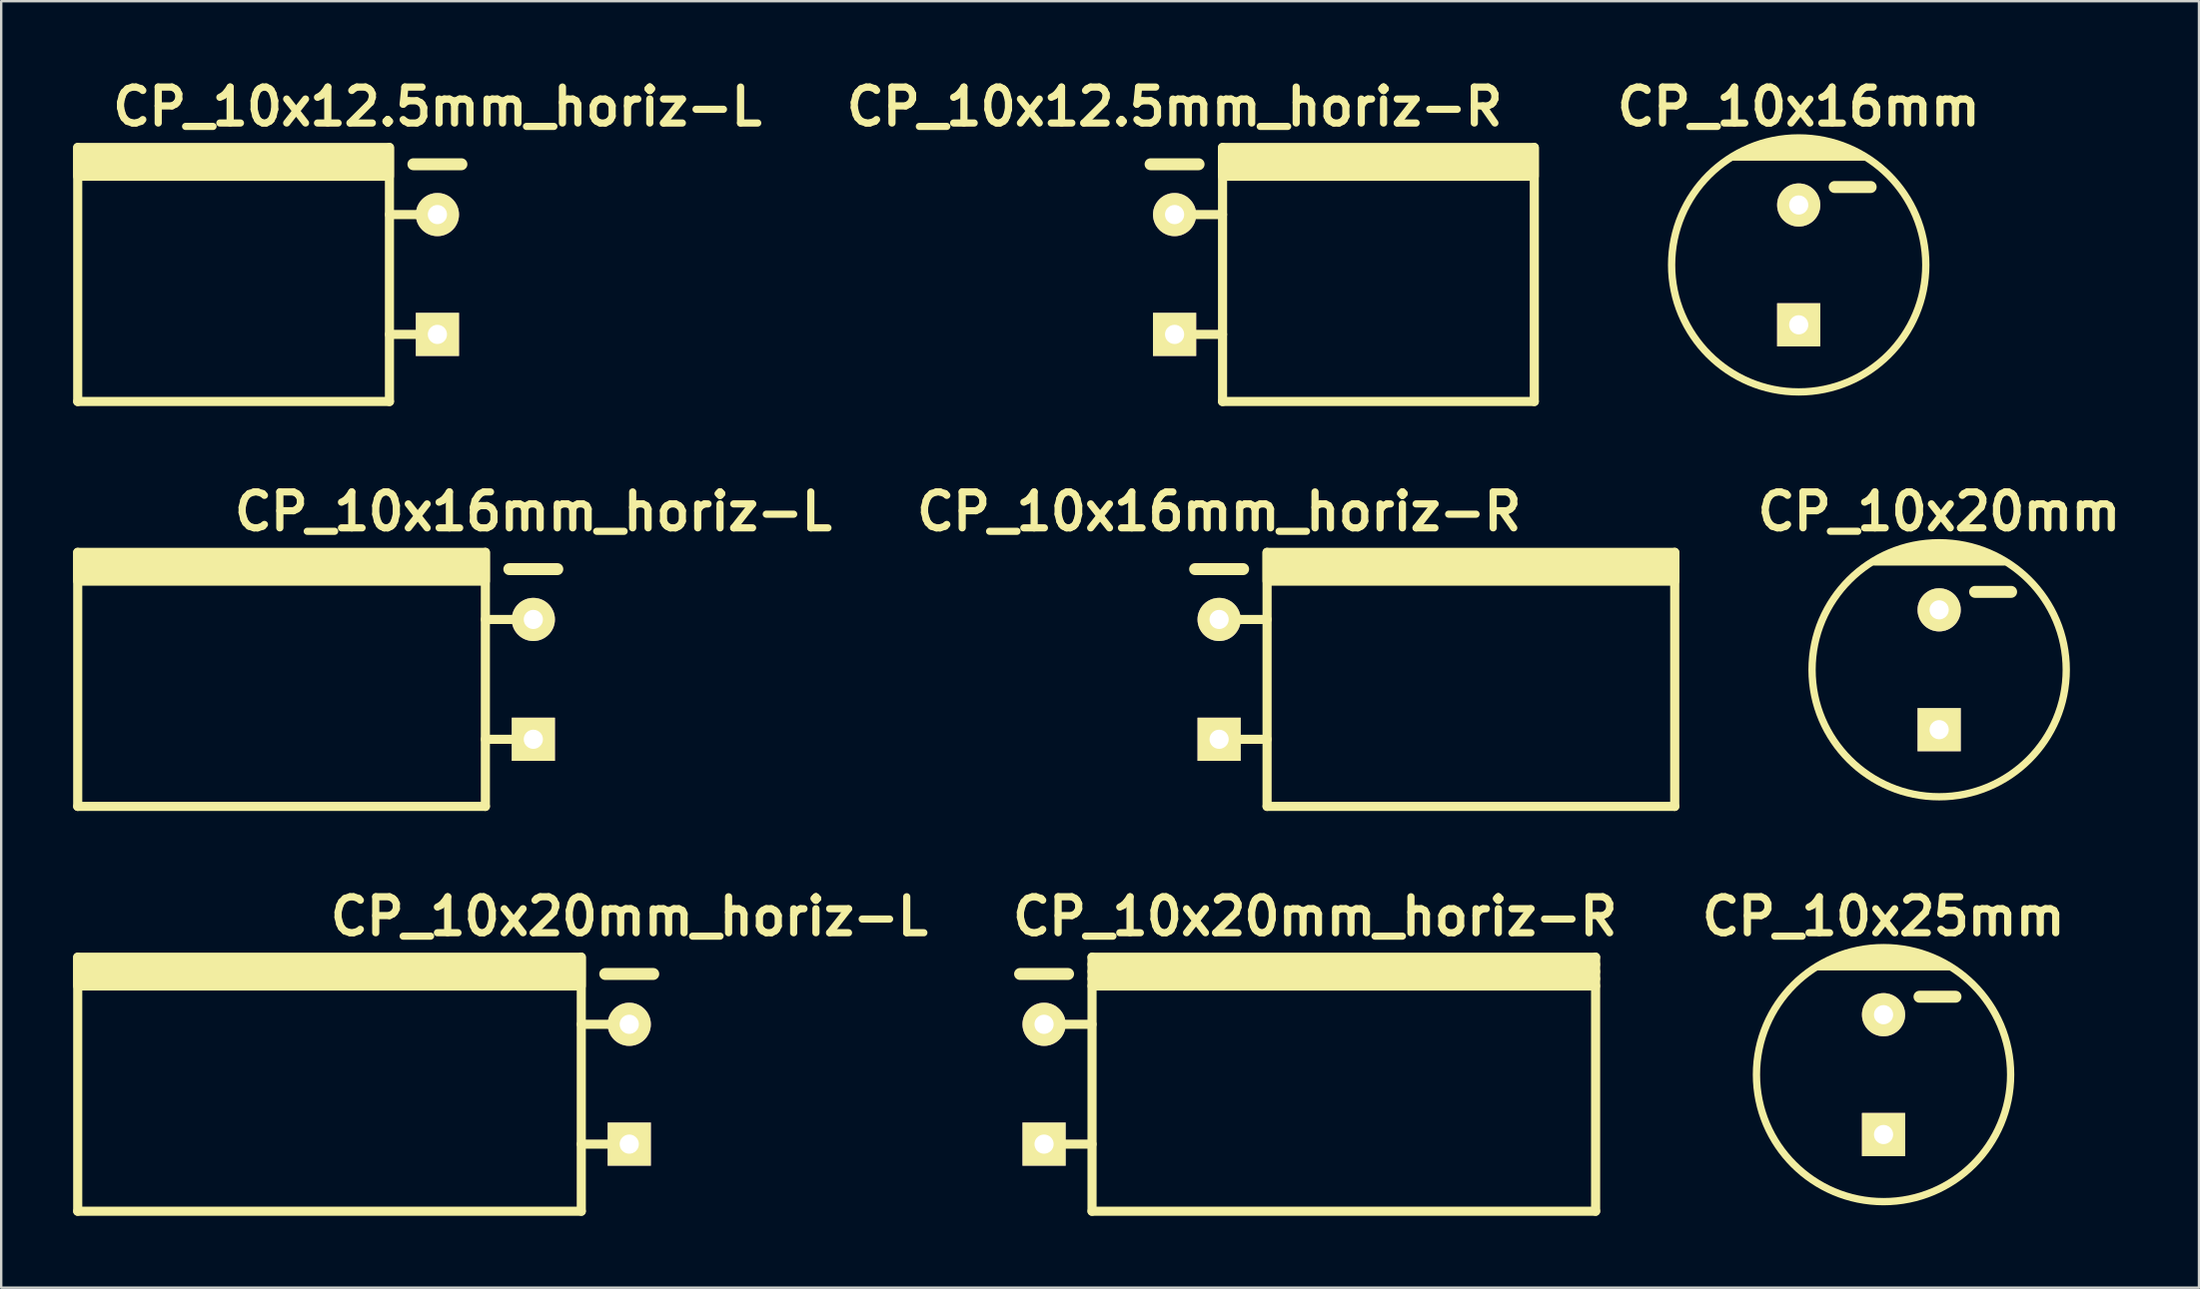
<source format=kicad_pcb>
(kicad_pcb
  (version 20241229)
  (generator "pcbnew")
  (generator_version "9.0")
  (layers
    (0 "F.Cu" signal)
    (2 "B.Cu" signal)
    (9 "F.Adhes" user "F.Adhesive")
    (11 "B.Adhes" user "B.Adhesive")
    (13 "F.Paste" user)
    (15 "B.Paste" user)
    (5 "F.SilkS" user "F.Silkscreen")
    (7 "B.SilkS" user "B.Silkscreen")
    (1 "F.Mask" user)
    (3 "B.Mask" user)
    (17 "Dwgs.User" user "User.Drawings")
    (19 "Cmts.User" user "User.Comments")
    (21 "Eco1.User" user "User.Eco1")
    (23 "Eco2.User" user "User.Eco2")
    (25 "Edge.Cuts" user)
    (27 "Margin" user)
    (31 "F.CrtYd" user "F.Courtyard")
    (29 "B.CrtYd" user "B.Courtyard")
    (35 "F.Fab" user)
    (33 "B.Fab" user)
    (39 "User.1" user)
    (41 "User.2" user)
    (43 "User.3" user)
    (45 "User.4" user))
  (footprint "CP_10x20mm"
    (layer "F.Cu")
    (at 77.817 24.898)
    (property "Reference" "CP_10x20mm" (at 0 -6.6 0) (layer "F.SilkS") (effects (font (size 1.5 1.5) (thickness 0.3))))
    (attr through_hole)
    (fp_line (start -2.7 -4.5) (end 2.7 -4.5) (stroke (width 0.305) (type solid)) (layer "F.SilkS"))
    (fp_line (start -1.3 -5.1) (end 1.3 -5.1) (stroke (width 0.305) (type solid)) (layer "F.SilkS"))
    (fp_line (start 1.5 -3.25) (end 3 -3.25) (stroke (width 0.5) (type solid)) (layer "F.SilkS"))
    (fp_line (start 1.9 -4.9) (end -1.9 -4.9) (stroke (width 0.305) (type solid)) (layer "F.SilkS"))
    (fp_line (start 2.3 -4.7) (end -2.3 -4.7) (stroke (width 0.305) (type solid)) (layer "F.SilkS"))
    (fp_circle (center 0 0) (end -5.3 0) (stroke (width 0.305) (type solid)) (fill no) (layer "F.SilkS"))
    (pad "1" thru_hole rect (at 0 2.5) (size 1.8 1.8) (drill 0.8) (layers "*.Cu" "*.Mask" "F.SilkS"))
    (pad "2" thru_hole circle (at 0 -2.5) (size 1.8 1.8) (drill 0.8) (layers "*.Cu" "*.Mask" "F.SilkS")))
  (footprint "CP_10x12.5mm_horiz-R"
    (layer "F.Cu")
    (at 45.933 8.404)
    (property "Reference" "CP_10x12.5mm_horiz-R" (at 0 -7 0) (layer "F.SilkS") (effects (font (size 1.5 1.5) (thickness 0.3))))
    (attr through_hole)
    (fp_line (start -1 -4.6) (end 1 -4.6) (stroke (width 0.5) (type solid)) (layer "F.SilkS"))
    (fp_line (start 0 -2.5) (end 2 -2.5) (stroke (width 0.381) (type solid)) (layer "F.SilkS"))
    (fp_line (start 0 2.5) (end 2 2.5) (stroke (width 0.381) (type solid)) (layer "F.SilkS"))
    (fp_line (start 2 5.3) (end 2 -5.3) (stroke (width 0.381) (type solid)) (layer "F.SilkS"))
    (fp_line (start 15 -5.3) (end 15 5.3) (stroke (width 0.381) (type solid)) (layer "F.SilkS"))
    (fp_line (start 15 5.3) (end 2 5.3) (stroke (width 0.381) (type solid)) (layer "F.SilkS"))
    (fp_poly (pts (xy 15 -4.1) (xy 2 -4.1) (xy 2 -5.3) (xy 15 -5.3)) (stroke (width 0.381) (type solid)) (fill yes) (layer "F.SilkS"))
    (pad "1" thru_hole rect (at 0 2.5) (size 1.8 1.8) (drill 0.8) (layers "*.Cu" "*.Mask" "F.SilkS"))
    (pad "2" thru_hole circle (at 0 -2.5) (size 1.8 1.8) (drill 0.8) (layers "*.Cu" "*.Mask" "F.SilkS")))
  (footprint "CP_10x16mm_horiz-R"
    (layer "F.Cu")
    (at 47.79 25.299)
    (property "Reference" "CP_10x16mm_horiz-R" (at 0 -7 0) (layer "F.SilkS") (effects (font (size 1.5 1.5) (thickness 0.3))))
    (attr through_hole)
    (fp_line (start -1 -4.6) (end 1 -4.6) (stroke (width 0.5) (type solid)) (layer "F.SilkS"))
    (fp_line (start 0 -2.5) (end 2 -2.5) (stroke (width 0.381) (type solid)) (layer "F.SilkS"))
    (fp_line (start 0 2.5) (end 2 2.5) (stroke (width 0.381) (type solid)) (layer "F.SilkS"))
    (fp_line (start 2 5.3) (end 2 -5.3) (stroke (width 0.381) (type solid)) (layer "F.SilkS"))
    (fp_line (start 19 -5.3) (end 19 5.3) (stroke (width 0.381) (type solid)) (layer "F.SilkS"))
    (fp_line (start 19 5.3) (end 2 5.3) (stroke (width 0.381) (type solid)) (layer "F.SilkS"))
    (fp_poly (pts (xy 19 -4.1) (xy 2 -4.1) (xy 2 -5.3) (xy 19 -5.3)) (stroke (width 0.381) (type solid)) (fill yes) (layer "F.SilkS"))
    (pad "1" thru_hole rect (at 0 2.5) (size 1.8 1.8) (drill 0.8) (layers "*.Cu" "*.Mask" "F.SilkS"))
    (pad "2" thru_hole circle (at 0 -2.5) (size 1.8 1.8) (drill 0.8) (layers "*.Cu" "*.Mask" "F.SilkS")))
  (footprint "CP_10x25mm"
    (layer "F.Cu")
    (at 75.498 41.793)
    (property "Reference" "CP_10x25mm" (at 0 -6.6 0) (layer "F.SilkS") (effects (font (size 1.5 1.5) (thickness 0.3))))
    (attr through_hole)
    (fp_line (start -2.7 -4.5) (end 2.7 -4.5) (stroke (width 0.305) (type solid)) (layer "F.SilkS"))
    (fp_line (start -1.3 -5.1) (end 1.3 -5.1) (stroke (width 0.305) (type solid)) (layer "F.SilkS"))
    (fp_line (start 1.5 -3.25) (end 3 -3.25) (stroke (width 0.5) (type solid)) (layer "F.SilkS"))
    (fp_line (start 1.9 -4.9) (end -1.9 -4.9) (stroke (width 0.305) (type solid)) (layer "F.SilkS"))
    (fp_line (start 2.3 -4.7) (end -2.3 -4.7) (stroke (width 0.305) (type solid)) (layer "F.SilkS"))
    (fp_circle (center 0 0) (end -5.3 0) (stroke (width 0.305) (type solid)) (fill no) (layer "F.SilkS"))
    (pad "1" thru_hole rect (at 0 2.5) (size 1.8 1.8) (drill 0.8) (layers "*.Cu" "*.Mask" "F.SilkS"))
    (pad "2" thru_hole circle (at 0 -2.5) (size 1.8 1.8) (drill 0.8) (layers "*.Cu" "*.Mask" "F.SilkS")))
  (footprint "CP_10x20mm_horiz-L"
    (layer "F.Cu")
    (at 23.191 42.193)
    (property "Reference" "CP_10x20mm_horiz-L" (at 0 -7 0) (layer "F.SilkS") (effects (font (size 1.5 1.5) (thickness 0.3))))
    (attr through_hole)
    (fp_line (start -23 5.3) (end -23 -5.3) (stroke (width 0.381) (type solid)) (layer "F.SilkS"))
    (fp_line (start -2 -5.3) (end -2 5.3) (stroke (width 0.381) (type solid)) (layer "F.SilkS"))
    (fp_line (start -2 -2.5) (end 0 -2.5) (stroke (width 0.381) (type solid)) (layer "F.SilkS"))
    (fp_line (start -2 2.5) (end 0 2.5) (stroke (width 0.381) (type solid)) (layer "F.SilkS"))
    (fp_line (start -2 5.3) (end -23 5.3) (stroke (width 0.381) (type solid)) (layer "F.SilkS"))
    (fp_line (start -1 -4.6) (end 1 -4.6) (stroke (width 0.5) (type solid)) (layer "F.SilkS"))
    (fp_poly (pts (xy -2 -4.1) (xy -23 -4.1) (xy -23 -5.3) (xy -2 -5.3)) (stroke (width 0.381) (type solid)) (fill yes) (layer "F.SilkS"))
    (pad "1" thru_hole rect (at 0 2.5) (size 1.8 1.8) (drill 0.8) (layers "*.Cu" "*.Mask" "F.SilkS"))
    (pad "2" thru_hole circle (at 0 -2.5) (size 1.8 1.8) (drill 0.8) (layers "*.Cu" "*.Mask" "F.SilkS")))
  (footprint "CP_10x12.5mm_horiz-L"
    (layer "F.Cu")
    (at 15.191 8.404)
    (property "Reference" "CP_10x12.5mm_horiz-L" (at 0 -7 0) (layer "F.SilkS") (effects (font (size 1.5 1.5) (thickness 0.3))))
    (attr through_hole)
    (fp_line (start -15 5.3) (end -15 -5.3) (stroke (width 0.381) (type solid)) (layer "F.SilkS"))
    (fp_line (start -2 -5.3) (end -2 5.3) (stroke (width 0.381) (type solid)) (layer "F.SilkS"))
    (fp_line (start -2 -2.5) (end 0 -2.5) (stroke (width 0.381) (type solid)) (layer "F.SilkS"))
    (fp_line (start -2 2.5) (end 0 2.5) (stroke (width 0.381) (type solid)) (layer "F.SilkS"))
    (fp_line (start -2 5.3) (end -15 5.3) (stroke (width 0.381) (type solid)) (layer "F.SilkS"))
    (fp_line (start -1 -4.6) (end 1 -4.6) (stroke (width 0.5) (type solid)) (layer "F.SilkS"))
    (fp_poly (pts (xy -2 -4.1) (xy -15 -4.1) (xy -15 -5.3) (xy -2 -5.3)) (stroke (width 0.381) (type solid)) (fill yes) (layer "F.SilkS"))
    (pad "1" thru_hole rect (at 0 2.5) (size 1.8 1.8) (drill 0.8) (layers "*.Cu" "*.Mask" "F.SilkS"))
    (pad "2" thru_hole circle (at 0 -2.5) (size 1.8 1.8) (drill 0.8) (layers "*.Cu" "*.Mask" "F.SilkS")))
  (footprint "CP_10x16mm"
    (layer "F.Cu")
    (at 71.96 8.004)
    (property "Reference" "CP_10x16mm" (at 0 -6.6 0) (layer "F.SilkS") (effects (font (size 1.5 1.5) (thickness 0.3))))
    (attr through_hole)
    (fp_line (start -2.7 -4.5) (end 2.7 -4.5) (stroke (width 0.305) (type solid)) (layer "F.SilkS"))
    (fp_line (start -1.3 -5.1) (end 1.3 -5.1) (stroke (width 0.305) (type solid)) (layer "F.SilkS"))
    (fp_line (start 1.5 -3.25) (end 3 -3.25) (stroke (width 0.5) (type solid)) (layer "F.SilkS"))
    (fp_line (start 1.9 -4.9) (end -1.9 -4.9) (stroke (width 0.305) (type solid)) (layer "F.SilkS"))
    (fp_line (start 2.3 -4.7) (end -2.3 -4.7) (stroke (width 0.305) (type solid)) (layer "F.SilkS"))
    (fp_circle (center 0 0) (end -5.3 0) (stroke (width 0.305) (type solid)) (fill no) (layer "F.SilkS"))
    (pad "1" thru_hole rect (at 0 2.5) (size 1.8 1.8) (drill 0.8) (layers "*.Cu" "*.Mask" "F.SilkS"))
    (pad "2" thru_hole circle (at 0 -2.5) (size 1.8 1.8) (drill 0.8) (layers "*.Cu" "*.Mask" "F.SilkS")))
  (footprint "CP_10x20mm_horiz-R"
    (layer "F.Cu")
    (at 51.79 42.193)
    (property "Reference" "CP_10x20mm_horiz-R" (at 0 -7 0) (layer "F.SilkS") (effects (font (size 1.5 1.5) (thickness 0.3))))
    (attr through_hole)
    (fp_line (start -12.3 -4.6) (end -10.3 -4.6) (stroke (width 0.5) (type solid)) (layer "F.SilkS"))
    (fp_line (start -11.3 -2.5) (end -9.3 -2.5) (stroke (width 0.381) (type solid)) (layer "F.SilkS"))
    (fp_line (start -11.3 2.5) (end -9.3 2.5) (stroke (width 0.381) (type solid)) (layer "F.SilkS"))
    (fp_line (start -9.3 -5) (end 11.7 -5) (stroke (width 0.381) (type solid)) (layer "F.SilkS"))
    (fp_line (start -9.3 -4.7) (end 11.7 -4.7) (stroke (width 0.381) (type solid)) (layer "F.SilkS"))
    (fp_line (start -9.3 -4.4) (end 11.7 -4.4) (stroke (width 0.381) (type solid)) (layer "F.SilkS"))
    (fp_line (start -9.3 -4.1) (end 11.7 -4.1) (stroke (width 0.381) (type solid)) (layer "F.SilkS"))
    (fp_line (start -9.3 5.3) (end -9.3 -5.3) (stroke (width 0.381) (type solid)) (layer "F.SilkS"))
    (fp_line (start 11.7 -5.3) (end -9.3 -5.3) (stroke (width 0.381) (type solid)) (layer "F.SilkS"))
    (fp_line (start 11.7 -5.3) (end 11.7 5.3) (stroke (width 0.381) (type solid)) (layer "F.SilkS"))
    (fp_line (start 11.7 5.3) (end -9.3 5.3) (stroke (width 0.381) (type solid)) (layer "F.SilkS"))
    (pad "1" thru_hole rect (at -11.3 2.5) (size 1.8 1.8) (drill 0.8) (layers "*.Cu" "*.Mask" "F.SilkS"))
    (pad "2" thru_hole circle (at -11.3 -2.5) (size 1.8 1.8) (drill 0.8) (layers "*.Cu" "*.Mask" "F.SilkS")))
  (footprint "CP_10x16mm_horiz-L"
    (layer "F.Cu")
    (at 19.191 25.299)
    (property "Reference" "CP_10x16mm_horiz-L" (at 0 -7 0) (layer "F.SilkS") (effects (font (size 1.5 1.5) (thickness 0.3))))
    (attr through_hole)
    (fp_line (start -19 5.3) (end -19 -5.3) (stroke (width 0.381) (type solid)) (layer "F.SilkS"))
    (fp_line (start -2 -5.3) (end -2 5.3) (stroke (width 0.381) (type solid)) (layer "F.SilkS"))
    (fp_line (start -2 -2.5) (end 0 -2.5) (stroke (width 0.381) (type solid)) (layer "F.SilkS"))
    (fp_line (start -2 2.5) (end 0 2.5) (stroke (width 0.381) (type solid)) (layer "F.SilkS"))
    (fp_line (start -2 5.3) (end -19 5.3) (stroke (width 0.381) (type solid)) (layer "F.SilkS"))
    (fp_line (start -1 -4.6) (end 1 -4.6) (stroke (width 0.5) (type solid)) (layer "F.SilkS"))
    (fp_poly (pts (xy -2 -4.1) (xy -19 -4.1) (xy -19 -5.3) (xy -2 -5.3)) (stroke (width 0.381) (type solid)) (fill yes) (layer "F.SilkS"))
    (pad "1" thru_hole rect (at 0 2.5) (size 1.8 1.8) (drill 0.8) (layers "*.Cu" "*.Mask" "F.SilkS"))
    (pad "2" thru_hole circle (at 0 -2.5) (size 1.8 1.8) (drill 0.8) (layers "*.Cu" "*.Mask" "F.SilkS")))
  (gr_rect
    (start -3 -3)
    (end 88.652 50.684)
    (stroke (width 0.1) (type default))
    (fill no)
    (layer "Edge.Cuts")))
</source>
